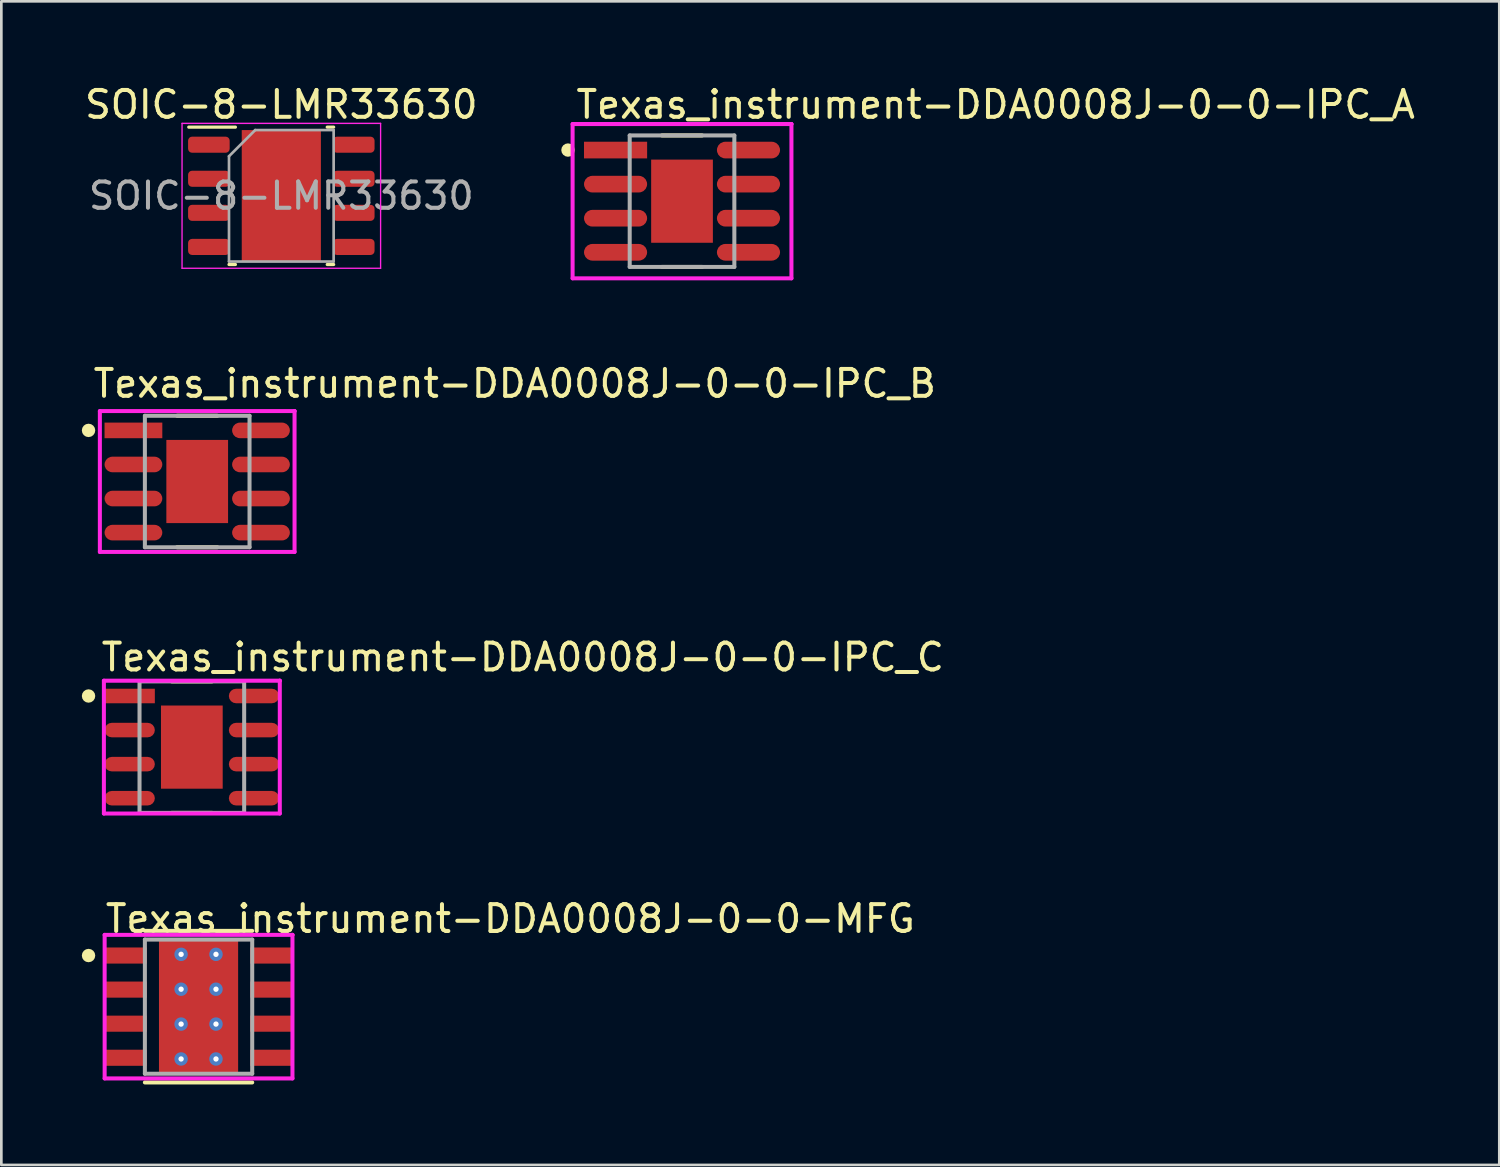
<source format=kicad_pcb>
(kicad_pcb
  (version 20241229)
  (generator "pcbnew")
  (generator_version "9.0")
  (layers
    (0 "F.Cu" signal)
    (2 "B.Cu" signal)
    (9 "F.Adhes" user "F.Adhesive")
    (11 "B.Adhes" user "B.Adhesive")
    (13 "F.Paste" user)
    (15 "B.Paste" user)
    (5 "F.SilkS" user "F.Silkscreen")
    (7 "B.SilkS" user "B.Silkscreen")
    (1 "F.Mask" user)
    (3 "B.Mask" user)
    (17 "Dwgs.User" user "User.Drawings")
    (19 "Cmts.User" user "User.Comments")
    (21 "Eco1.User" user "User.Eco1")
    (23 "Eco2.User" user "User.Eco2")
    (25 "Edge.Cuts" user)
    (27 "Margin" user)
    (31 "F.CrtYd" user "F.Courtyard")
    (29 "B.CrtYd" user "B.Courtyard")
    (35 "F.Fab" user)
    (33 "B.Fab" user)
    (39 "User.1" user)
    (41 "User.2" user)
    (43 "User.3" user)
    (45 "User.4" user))
  (footprint "Texas_instrument-DDA0008J-0-0-IPC_C"
    (layer "F.Cu")
    (at 4.1 24.795)
    (property "Reference" "Texas_instrument-DDA0008J-0-0-IPC_C" (at -3.453 -3.35 0) (layer "F.SilkS") (effects (font (size 1 1) (thickness 0.15)) (justify left)))
    (attr through_hole)
    (fp_line (start -0.75 -2.45) (end 0.75 -2.45) (stroke (width 0.15) (type solid)) (layer "F.SilkS"))
    (fp_line (start 0.75 2.45) (end -0.75 2.45) (stroke (width 0.15) (type solid)) (layer "F.SilkS"))
    (fp_circle (center -3.85 -1.905) (end -3.725 -1.905) (stroke (width 0.25) (type solid)) (fill no) (layer "F.SilkS"))
    (fp_poly (pts (xy -0.668 -1.068) (xy 0.668 -1.068) (xy 0.668 1.068) (xy -0.668 1.068)) (stroke (width 0) (type solid)) (fill yes) (layer "F.Paste"))
    (fp_line (start -3.278 -2.475) (end -3.278 2.475) (stroke (width 0.15) (type solid)) (layer "F.CrtYd"))
    (fp_line (start -3.278 2.475) (end 3.278 2.475) (stroke (width 0.15) (type solid)) (layer "F.CrtYd"))
    (fp_line (start 3.278 -2.475) (end -3.278 -2.475) (stroke (width 0.15) (type solid)) (layer "F.CrtYd"))
    (fp_line (start 3.278 -2.475) (end 3.278 -2.475) (stroke (width 0.15) (type solid)) (layer "F.CrtYd"))
    (fp_line (start 3.278 2.475) (end 3.278 -2.475) (stroke (width 0.15) (type solid)) (layer "F.CrtYd"))
    (fp_line (start -1.95 -2.45) (end 1.95 -2.45) (stroke (width 0.15) (type solid)) (layer "F.Fab"))
    (fp_line (start -1.95 2.45) (end -1.95 -2.45) (stroke (width 0.15) (type solid)) (layer "F.Fab"))
    (fp_line (start 1.95 -2.45) (end 1.95 2.45) (stroke (width 0.15) (type solid)) (layer "F.Fab"))
    (fp_line (start 1.95 2.45) (end -1.95 2.45) (stroke (width 0.15) (type solid)) (layer "F.Fab"))
    (pad "1" smd rect (at -2.316 -1.905) (size 1.874 0.542) (layers "F.Cu" "F.Mask" "F.Paste"))
    (pad "2" smd roundrect (at -2.316 -0.635) (size 1.874 0.542) (layers "F.Cu" "F.Mask" "F.Paste") (roundrect_rratio 0.5))
    (pad "3" smd roundrect (at -2.316 0.635) (size 1.874 0.542) (layers "F.Cu" "F.Mask" "F.Paste") (roundrect_rratio 0.5))
    (pad "4" smd roundrect (at -2.316 1.905) (size 1.874 0.542) (layers "F.Cu" "F.Mask" "F.Paste") (roundrect_rratio 0.5))
    (pad "5" smd roundrect (at 2.316 1.905) (size 1.874 0.542) (layers "F.Cu" "F.Mask" "F.Paste") (roundrect_rratio 0.5))
    (pad "6" smd roundrect (at 2.316 0.635) (size 1.874 0.542) (layers "F.Cu" "F.Mask" "F.Paste") (roundrect_rratio 0.5))
    (pad "7" smd roundrect (at 2.316 -0.635) (size 1.874 0.542) (layers "F.Cu" "F.Mask" "F.Paste") (roundrect_rratio 0.5))
    (pad "8" smd roundrect (at 2.316 -1.905) (size 1.874 0.542) (layers "F.Cu" "F.Mask" "F.Paste") (roundrect_rratio 0.5))
    (pad "9" smd rect (at 0 0) (size 2.3 3.1) (layers "F.Cu" "F.Mask")))
  (footprint "Texas_instrument-DDA0008J-0-0-IPC_B"
    (layer "F.Cu")
    (at 4.3 14.896)
    (property "Reference" "Texas_instrument-DDA0008J-0-0-IPC_B" (at -3.953 -3.65 0) (layer "F.SilkS") (effects (font (size 1 1) (thickness 0.15)) (justify left)))
    (attr through_hole)
    (fp_line (start 0.75 -2.45) (end -0.75 -2.45) (stroke (width 0.15) (type solid)) (layer "F.SilkS"))
    (fp_line (start 0.75 2.45) (end -0.75 2.45) (stroke (width 0.15) (type solid)) (layer "F.SilkS"))
    (fp_circle (center -4.05 -1.905) (end -3.925 -1.905) (stroke (width 0.25) (type solid)) (fill no) (layer "F.SilkS"))
    (fp_poly (pts (xy -0.668 -1.068) (xy 0.668 -1.068) (xy 0.668 1.068) (xy -0.668 1.068)) (stroke (width 0) (type solid)) (fill yes) (layer "F.Paste"))
    (fp_line (start -3.628 -2.625) (end -3.628 2.625) (stroke (width 0.15) (type solid)) (layer "F.CrtYd"))
    (fp_line (start -3.628 2.625) (end 3.628 2.625) (stroke (width 0.15) (type solid)) (layer "F.CrtYd"))
    (fp_line (start 3.628 -2.625) (end -3.628 -2.625) (stroke (width 0.15) (type solid)) (layer "F.CrtYd"))
    (fp_line (start 3.628 -2.625) (end 3.628 -2.625) (stroke (width 0.15) (type solid)) (layer "F.CrtYd"))
    (fp_line (start 3.628 2.625) (end 3.628 -2.625) (stroke (width 0.15) (type solid)) (layer "F.CrtYd"))
    (fp_line (start -1.95 -2.45) (end 1.95 -2.45) (stroke (width 0.15) (type solid)) (layer "F.Fab"))
    (fp_line (start -1.95 2.45) (end -1.95 -2.45) (stroke (width 0.15) (type solid)) (layer "F.Fab"))
    (fp_line (start 1.95 -2.45) (end 1.95 2.45) (stroke (width 0.15) (type solid)) (layer "F.Fab"))
    (fp_line (start 1.95 2.45) (end -1.95 2.45) (stroke (width 0.15) (type solid)) (layer "F.Fab"))
    (pad "1" smd rect (at -2.377 -1.905) (size 2.153 0.582) (layers "F.Cu" "F.Mask" "F.Paste"))
    (pad "2" smd roundrect (at -2.377 -0.635) (size 2.153 0.582) (layers "F.Cu" "F.Mask" "F.Paste") (roundrect_rratio 0.5))
    (pad "3" smd roundrect (at -2.377 0.635) (size 2.153 0.582) (layers "F.Cu" "F.Mask" "F.Paste") (roundrect_rratio 0.5))
    (pad "4" smd roundrect (at -2.377 1.905) (size 2.153 0.582) (layers "F.Cu" "F.Mask" "F.Paste") (roundrect_rratio 0.5))
    (pad "5" smd roundrect (at 2.377 1.905) (size 2.153 0.582) (layers "F.Cu" "F.Mask" "F.Paste") (roundrect_rratio 0.5))
    (pad "6" smd roundrect (at 2.377 0.635) (size 2.153 0.582) (layers "F.Cu" "F.Mask" "F.Paste") (roundrect_rratio 0.5))
    (pad "7" smd roundrect (at 2.377 -0.635) (size 2.153 0.582) (layers "F.Cu" "F.Mask" "F.Paste") (roundrect_rratio 0.5))
    (pad "8" smd roundrect (at 2.377 -1.905) (size 2.153 0.582) (layers "F.Cu" "F.Mask" "F.Paste") (roundrect_rratio 0.5))
    (pad "9" smd rect (at 0 0) (size 2.3 3.1) (layers "F.Cu" "F.Mask")))
  (footprint "Texas_instrument-DDA0008J-0-0-MFG"
    (layer "F.Cu")
    (at 4.35 34.468)
    (property "Reference" "Texas_instrument-DDA0008J-0-0-MFG" (at -3.55 -3.275 0) (layer "F.SilkS") (effects (font (size 1 1) (thickness 0.15)) (justify left)))
    (attr through_hole)
    (fp_line (start 2 -2.825) (end -2 -2.825) (stroke (width 0.15) (type solid)) (layer "F.SilkS"))
    (fp_line (start 2 2.825) (end -2 2.825) (stroke (width 0.15) (type solid)) (layer "F.SilkS"))
    (fp_circle (center -4.1 -1.905) (end -3.975 -1.905) (stroke (width 0.25) (type solid)) (fill no) (layer "F.SilkS"))
    (fp_line (start -3.5 -2.675) (end -3.5 2.675) (stroke (width 0.15) (type solid)) (layer "F.CrtYd"))
    (fp_line (start -3.5 2.675) (end 3.5 2.675) (stroke (width 0.15) (type solid)) (layer "F.CrtYd"))
    (fp_line (start 3.5 -2.675) (end -3.5 -2.675) (stroke (width 0.15) (type solid)) (layer "F.CrtYd"))
    (fp_line (start 3.5 -2.675) (end 3.5 -2.675) (stroke (width 0.15) (type solid)) (layer "F.CrtYd"))
    (fp_line (start 3.5 2.675) (end 3.5 -2.675) (stroke (width 0.15) (type solid)) (layer "F.CrtYd"))
    (fp_line (start -2 -2.5) (end 2 -2.5) (stroke (width 0.15) (type solid)) (layer "F.Fab"))
    (fp_line (start -2 2.5) (end -2 -2.5) (stroke (width 0.15) (type solid)) (layer "F.Fab"))
    (fp_line (start 2 -2.5) (end 2 2.5) (stroke (width 0.15) (type solid)) (layer "F.Fab"))
    (fp_line (start 2 2.5) (end -2 2.5) (stroke (width 0.15) (type solid)) (layer "F.Fab"))
    (pad "" smd rect (at 0 0) (size 2.6 3.1) (layers "F.Mask" "F.Paste"))
    (pad "1" smd rect (at -2.7 -1.905) (size 1.55 0.6) (layers "F.Cu" "F.Mask" "F.Paste"))
    (pad "2" smd rect (at -2.7 -0.635) (size 1.55 0.6) (layers "F.Cu" "F.Mask" "F.Paste"))
    (pad "3" smd rect (at -2.7 0.635) (size 1.55 0.6) (layers "F.Cu" "F.Mask" "F.Paste"))
    (pad "4" smd rect (at -2.7 1.905) (size 1.55 0.6) (layers "F.Cu" "F.Mask" "F.Paste"))
    (pad "5" smd rect (at 2.7 1.905) (size 1.55 0.6) (layers "F.Cu" "F.Mask" "F.Paste"))
    (pad "6" smd rect (at 2.7 0.635) (size 1.55 0.6) (layers "F.Cu" "F.Mask" "F.Paste"))
    (pad "7" smd rect (at 2.7 -0.635) (size 1.55 0.6) (layers "F.Cu" "F.Mask" "F.Paste"))
    (pad "8" smd rect (at 2.7 -1.905) (size 1.55 0.6) (layers "F.Cu" "F.Mask" "F.Paste"))
    (pad "9" smd rect (at 0 0) (size 2.95 4.9) (layers "F.Cu"))
    (pad "~" thru_hole circle (at -0.65 -1.95) (size 0.5 0.5) (drill 0.2) (layers "*.Cu"))
    (pad "~" thru_hole circle (at -0.65 -0.65) (size 0.5 0.5) (drill 0.2) (layers "*.Cu"))
    (pad "~" thru_hole circle (at -0.65 0.65) (size 0.5 0.5) (drill 0.2) (layers "*.Cu"))
    (pad "~" thru_hole circle (at -0.65 1.95) (size 0.5 0.5) (drill 0.2) (layers "*.Cu"))
    (pad "~" thru_hole circle (at 0.65 -1.95) (size 0.5 0.5) (drill 0.2) (layers "*.Cu"))
    (pad "~" thru_hole circle (at 0.65 -0.65) (size 0.5 0.5) (drill 0.2) (layers "*.Cu"))
    (pad "~" thru_hole circle (at 0.65 0.65) (size 0.5 0.5) (drill 0.2) (layers "*.Cu"))
    (pad "~" thru_hole circle (at 0.65 1.95) (size 0.5 0.5) (drill 0.2) (layers "*.Cu")))
  (footprint "Texas_instrument-DDA0008J-0-0-IPC_A"
    (layer "F.Cu")
    (at 22.369 4.448)
    (property "Reference" "Texas_instrument-DDA0008J-0-0-IPC_A" (at -4.028 -3.6 0) (layer "F.SilkS") (effects (font (size 1 1) (thickness 0.15)) (justify left)))
    (attr through_hole)
    (fp_line (start 0.75 -2.45) (end -0.75 -2.45) (stroke (width 0.15) (type solid)) (layer "F.SilkS"))
    (fp_line (start 0.75 2.45) (end -0.75 2.45) (stroke (width 0.15) (type solid)) (layer "F.SilkS"))
    (fp_circle (center -4.25 -1.905) (end -4.125 -1.905) (stroke (width 0.25) (type solid)) (fill no) (layer "F.SilkS"))
    (fp_poly (pts (xy -0.668 -1.068) (xy 0.668 -1.068) (xy 0.668 1.068) (xy -0.668 1.068)) (stroke (width 0) (type solid)) (fill yes) (layer "F.Paste"))
    (fp_line (start -4.078 -2.875) (end -4.078 2.875) (stroke (width 0.15) (type solid)) (layer "F.CrtYd"))
    (fp_line (start -4.078 2.875) (end 4.078 2.875) (stroke (width 0.15) (type solid)) (layer "F.CrtYd"))
    (fp_line (start 4.078 -2.875) (end -4.078 -2.875) (stroke (width 0.15) (type solid)) (layer "F.CrtYd"))
    (fp_line (start 4.078 -2.875) (end 4.078 -2.875) (stroke (width 0.15) (type solid)) (layer "F.CrtYd"))
    (fp_line (start 4.078 2.875) (end 4.078 -2.875) (stroke (width 0.15) (type solid)) (layer "F.CrtYd"))
    (fp_line (start -1.95 -2.45) (end 1.95 -2.45) (stroke (width 0.15) (type solid)) (layer "F.Fab"))
    (fp_line (start -1.95 2.45) (end -1.95 -2.45) (stroke (width 0.15) (type solid)) (layer "F.Fab"))
    (fp_line (start 1.95 -2.45) (end 1.95 2.45) (stroke (width 0.15) (type solid)) (layer "F.Fab"))
    (fp_line (start 1.95 2.45) (end -1.95 2.45) (stroke (width 0.15) (type solid)) (layer "F.Fab"))
    (pad "1" smd rect (at -2.477 -1.905) (size 2.353 0.622) (layers "F.Cu" "F.Mask" "F.Paste"))
    (pad "2" smd roundrect (at -2.477 -0.635) (size 2.353 0.622) (layers "F.Cu" "F.Mask" "F.Paste") (roundrect_rratio 0.5))
    (pad "3" smd roundrect (at -2.477 0.635) (size 2.353 0.622) (layers "F.Cu" "F.Mask" "F.Paste") (roundrect_rratio 0.5))
    (pad "4" smd roundrect (at -2.477 1.905) (size 2.353 0.622) (layers "F.Cu" "F.Mask" "F.Paste") (roundrect_rratio 0.5))
    (pad "5" smd roundrect (at 2.477 1.905) (size 2.353 0.622) (layers "F.Cu" "F.Mask" "F.Paste") (roundrect_rratio 0.5))
    (pad "6" smd roundrect (at 2.477 0.635) (size 2.353 0.622) (layers "F.Cu" "F.Mask" "F.Paste") (roundrect_rratio 0.5))
    (pad "7" smd roundrect (at 2.477 -0.635) (size 2.353 0.622) (layers "F.Cu" "F.Mask" "F.Paste") (roundrect_rratio 0.5))
    (pad "8" smd roundrect (at 2.477 -1.905) (size 2.353 0.622) (layers "F.Cu" "F.Mask" "F.Paste") (roundrect_rratio 0.5))
    (pad "9" smd rect (at 0 0) (size 2.3 3.1) (layers "F.Cu" "F.Mask")))
  (footprint "SOIC-8-LMR33630"
    (layer "F.Cu")
    (at 7.435 4.248)
    (property "Reference" "SOIC-8-LMR33630" (at 0 -3.4 0) (layer "F.SilkS") (effects (font (size 1 1) (thickness 0.15))))
    (attr smd)
    (fp_line (start -1.711 -2.56) (end -3.45 -2.56) (stroke (width 0.12) (type solid)) (layer "F.SilkS"))
    (fp_line (start -1.711 2.56) (end -1.95 2.56) (stroke (width 0.12) (type solid)) (layer "F.SilkS"))
    (fp_line (start 1.711 -2.56) (end 1.95 -2.56) (stroke (width 0.12) (type solid)) (layer "F.SilkS"))
    (fp_line (start 1.711 2.56) (end 1.95 2.56) (stroke (width 0.12) (type solid)) (layer "F.SilkS"))
    (fp_line (start -3.7 -2.7) (end -3.7 2.7) (stroke (width 0.05) (type solid)) (layer "F.CrtYd"))
    (fp_line (start -3.7 2.7) (end 3.7 2.7) (stroke (width 0.05) (type solid)) (layer "F.CrtYd"))
    (fp_line (start 3.7 -2.7) (end -3.7 -2.7) (stroke (width 0.05) (type solid)) (layer "F.CrtYd"))
    (fp_line (start 3.7 2.7) (end 3.7 -2.7) (stroke (width 0.05) (type solid)) (layer "F.CrtYd"))
    (fp_line (start -1.95 -1.475) (end -0.975 -2.45) (stroke (width 0.1) (type solid)) (layer "F.Fab"))
    (fp_line (start -1.95 2.45) (end -1.95 -1.475) (stroke (width 0.1) (type solid)) (layer "F.Fab"))
    (fp_line (start -0.975 -2.45) (end 1.95 -2.45) (stroke (width 0.1) (type solid)) (layer "F.Fab"))
    (fp_line (start 1.95 -2.45) (end 1.95 2.45) (stroke (width 0.1) (type solid)) (layer "F.Fab"))
    (fp_line (start 1.95 2.45) (end -1.95 2.45) (stroke (width 0.1) (type solid)) (layer "F.Fab"))
    (fp_text user "${REFERENCE}" (at 0 0 0) (layer "F.Fab") (effects (font (size 0.98 0.98) (thickness 0.15))))
    (pad "" smd roundrect (at -0.68 -0.85) (size 1.09 1.37) (layers "F.Paste") (roundrect_rratio 0.229))
    (pad "" smd roundrect (at -0.68 0.85) (size 1.09 1.37) (layers "F.Paste") (roundrect_rratio 0.229))
    (pad "" smd rect (at 0 0) (size 2.6 3.1) (layers "F.Mask"))
    (pad "" smd roundrect (at 0.68 -0.85) (size 1.09 1.37) (layers "F.Paste") (roundrect_rratio 0.229))
    (pad "" smd roundrect (at 0.68 0.85) (size 1.09 1.37) (layers "F.Paste") (roundrect_rratio 0.229))
    (pad "1" smd roundrect (at -2.7 -1.905) (size 1.55 0.6) (layers "F.Cu" "F.Mask" "F.Paste") (roundrect_rratio 0.25))
    (pad "2" smd roundrect (at -2.7 -0.635) (size 1.55 0.6) (layers "F.Cu" "F.Mask" "F.Paste") (roundrect_rratio 0.25))
    (pad "3" smd roundrect (at -2.7 0.635) (size 1.55 0.6) (layers "F.Cu" "F.Mask" "F.Paste") (roundrect_rratio 0.25))
    (pad "4" smd roundrect (at -2.7 1.905) (size 1.55 0.6) (layers "F.Cu" "F.Mask" "F.Paste") (roundrect_rratio 0.25))
    (pad "5" smd roundrect (at 2.7 1.905) (size 1.55 0.6) (layers "F.Cu" "F.Mask" "F.Paste") (roundrect_rratio 0.25))
    (pad "6" smd roundrect (at 2.7 0.635) (size 1.55 0.6) (layers "F.Cu" "F.Mask" "F.Paste") (roundrect_rratio 0.25))
    (pad "7" smd roundrect (at 2.7 -0.635) (size 1.55 0.6) (layers "F.Cu" "F.Mask" "F.Paste") (roundrect_rratio 0.25))
    (pad "8" smd roundrect (at 2.7 -1.905) (size 1.55 0.6) (layers "F.Cu" "F.Mask" "F.Paste") (roundrect_rratio 0.25))
    (pad "9" smd rect (at 0 0) (size 2.95 4.9) (layers "F.Cu")))
  (gr_rect
    (start -3 -3)
    (end 52.829 40.368)
    (stroke (width 0.1) (type default))
    (fill no)
    (layer "Edge.Cuts")))
</source>
